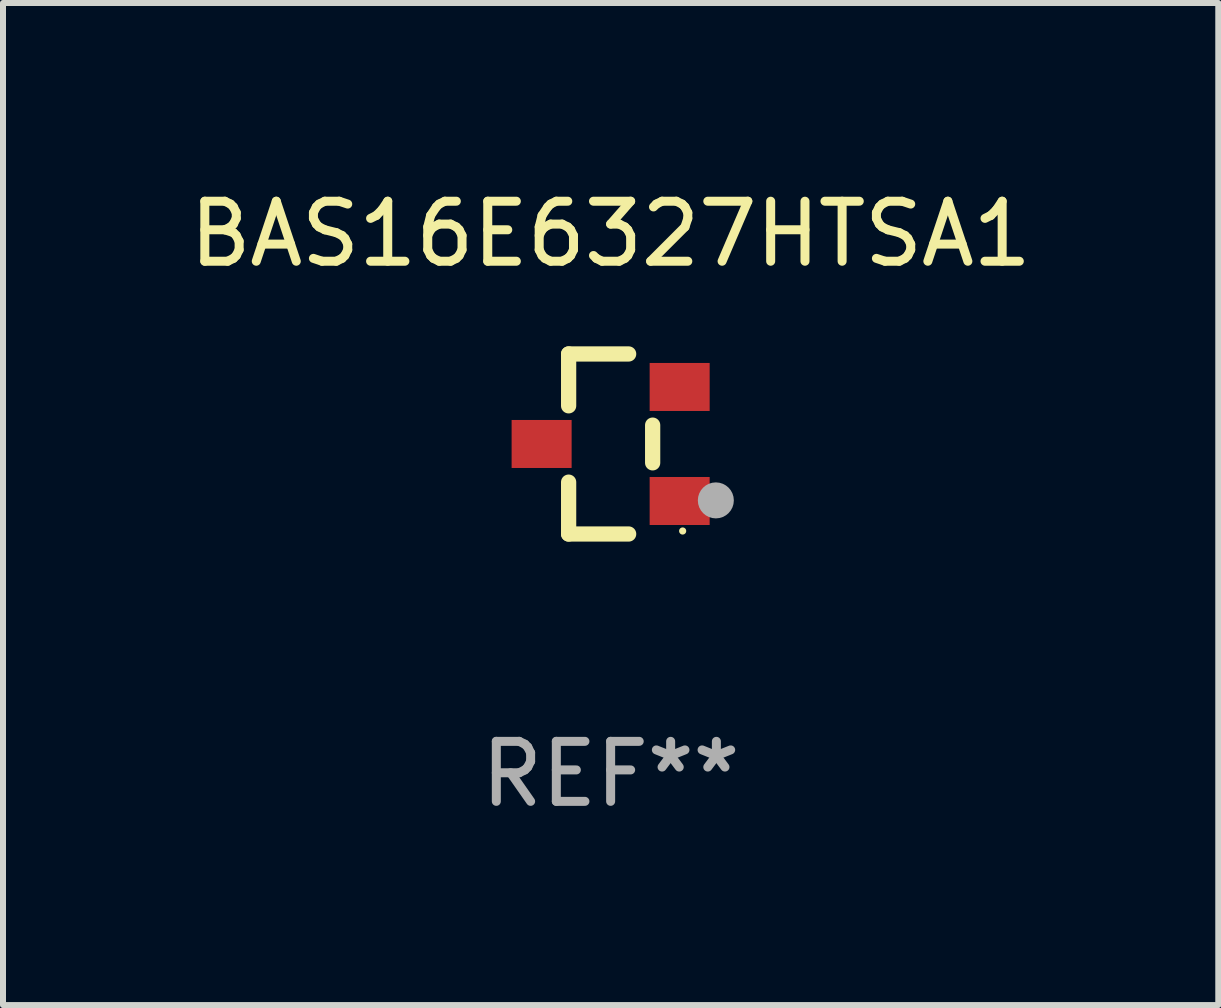
<source format=kicad_pcb>
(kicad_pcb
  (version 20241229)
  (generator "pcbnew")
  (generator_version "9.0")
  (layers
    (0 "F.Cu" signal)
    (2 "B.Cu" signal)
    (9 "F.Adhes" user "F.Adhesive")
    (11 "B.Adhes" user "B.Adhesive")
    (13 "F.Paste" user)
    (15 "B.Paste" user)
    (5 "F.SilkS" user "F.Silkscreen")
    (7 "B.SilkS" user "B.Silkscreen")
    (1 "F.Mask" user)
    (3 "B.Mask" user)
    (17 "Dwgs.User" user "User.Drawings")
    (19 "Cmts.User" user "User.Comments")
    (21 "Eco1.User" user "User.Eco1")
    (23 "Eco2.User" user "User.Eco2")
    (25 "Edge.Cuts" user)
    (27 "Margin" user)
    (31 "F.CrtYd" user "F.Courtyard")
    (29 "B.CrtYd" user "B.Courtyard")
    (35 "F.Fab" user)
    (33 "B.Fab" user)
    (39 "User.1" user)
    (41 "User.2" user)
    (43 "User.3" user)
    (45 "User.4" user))
  (footprint "BAS16E6327HTSA1"
    (layer "F.Cu")
    (at 7.125 4.348)
    (property "Reference" "BAS16E6327HTSA1" (at 0 -3.5 0) (layer "F.SilkS") (effects (font (size 1 1) (thickness 0.15))))
    (attr through_hole)
    (fp_line (start -0.7 -1.5) (end 0.3 -1.5) (stroke (width 0.254) (type solid)) (layer "F.SilkS"))
    (fp_line (start -0.7 -0.636) (end -0.7 -1.5) (stroke (width 0.254) (type solid)) (layer "F.SilkS"))
    (fp_line (start -0.7 1.5) (end -0.7 0.636) (stroke (width 0.254) (type solid)) (layer "F.SilkS"))
    (fp_line (start -0.7 1.5) (end 0.3 1.5) (stroke (width 0.254) (type solid)) (layer "F.SilkS"))
    (fp_line (start 0.7 0.314) (end 0.7 -0.314) (stroke (width 0.254) (type solid)) (layer "F.SilkS"))
    (fp_circle (center 1.2 1.45) (end 1.23 1.45) (stroke (width 0.06) (type solid)) (fill no) (layer "F.SilkS"))
    (fp_circle (center 1.753 0.94) (end 1.903 0.94) (stroke (width 0.3) (type solid)) (fill no) (layer "F.Fab"))
    (fp_text user "REF**" (at 0 5.5 0) (layer "F.Fab") (effects (font (size 1 1) (thickness 0.15))))
    (pad "1" smd rect (at 1.15 0.95 180) (size 1 0.8) (layers "F.Cu" "F.Mask" "F.Paste"))
    (pad "2" smd rect (at 1.15 -0.95 180) (size 1 0.8) (layers "F.Cu" "F.Mask" "F.Paste"))
    (pad "3" smd rect (at -1.15 -0.000051 180) (size 1 0.8) (layers "F.Cu" "F.Mask" "F.Paste")))
  (gr_rect
    (start -3 -3)
    (end 17.25 13.697)
    (stroke (width 0.1) (type default))
    (fill no)
    (layer "Edge.Cuts")))
</source>
